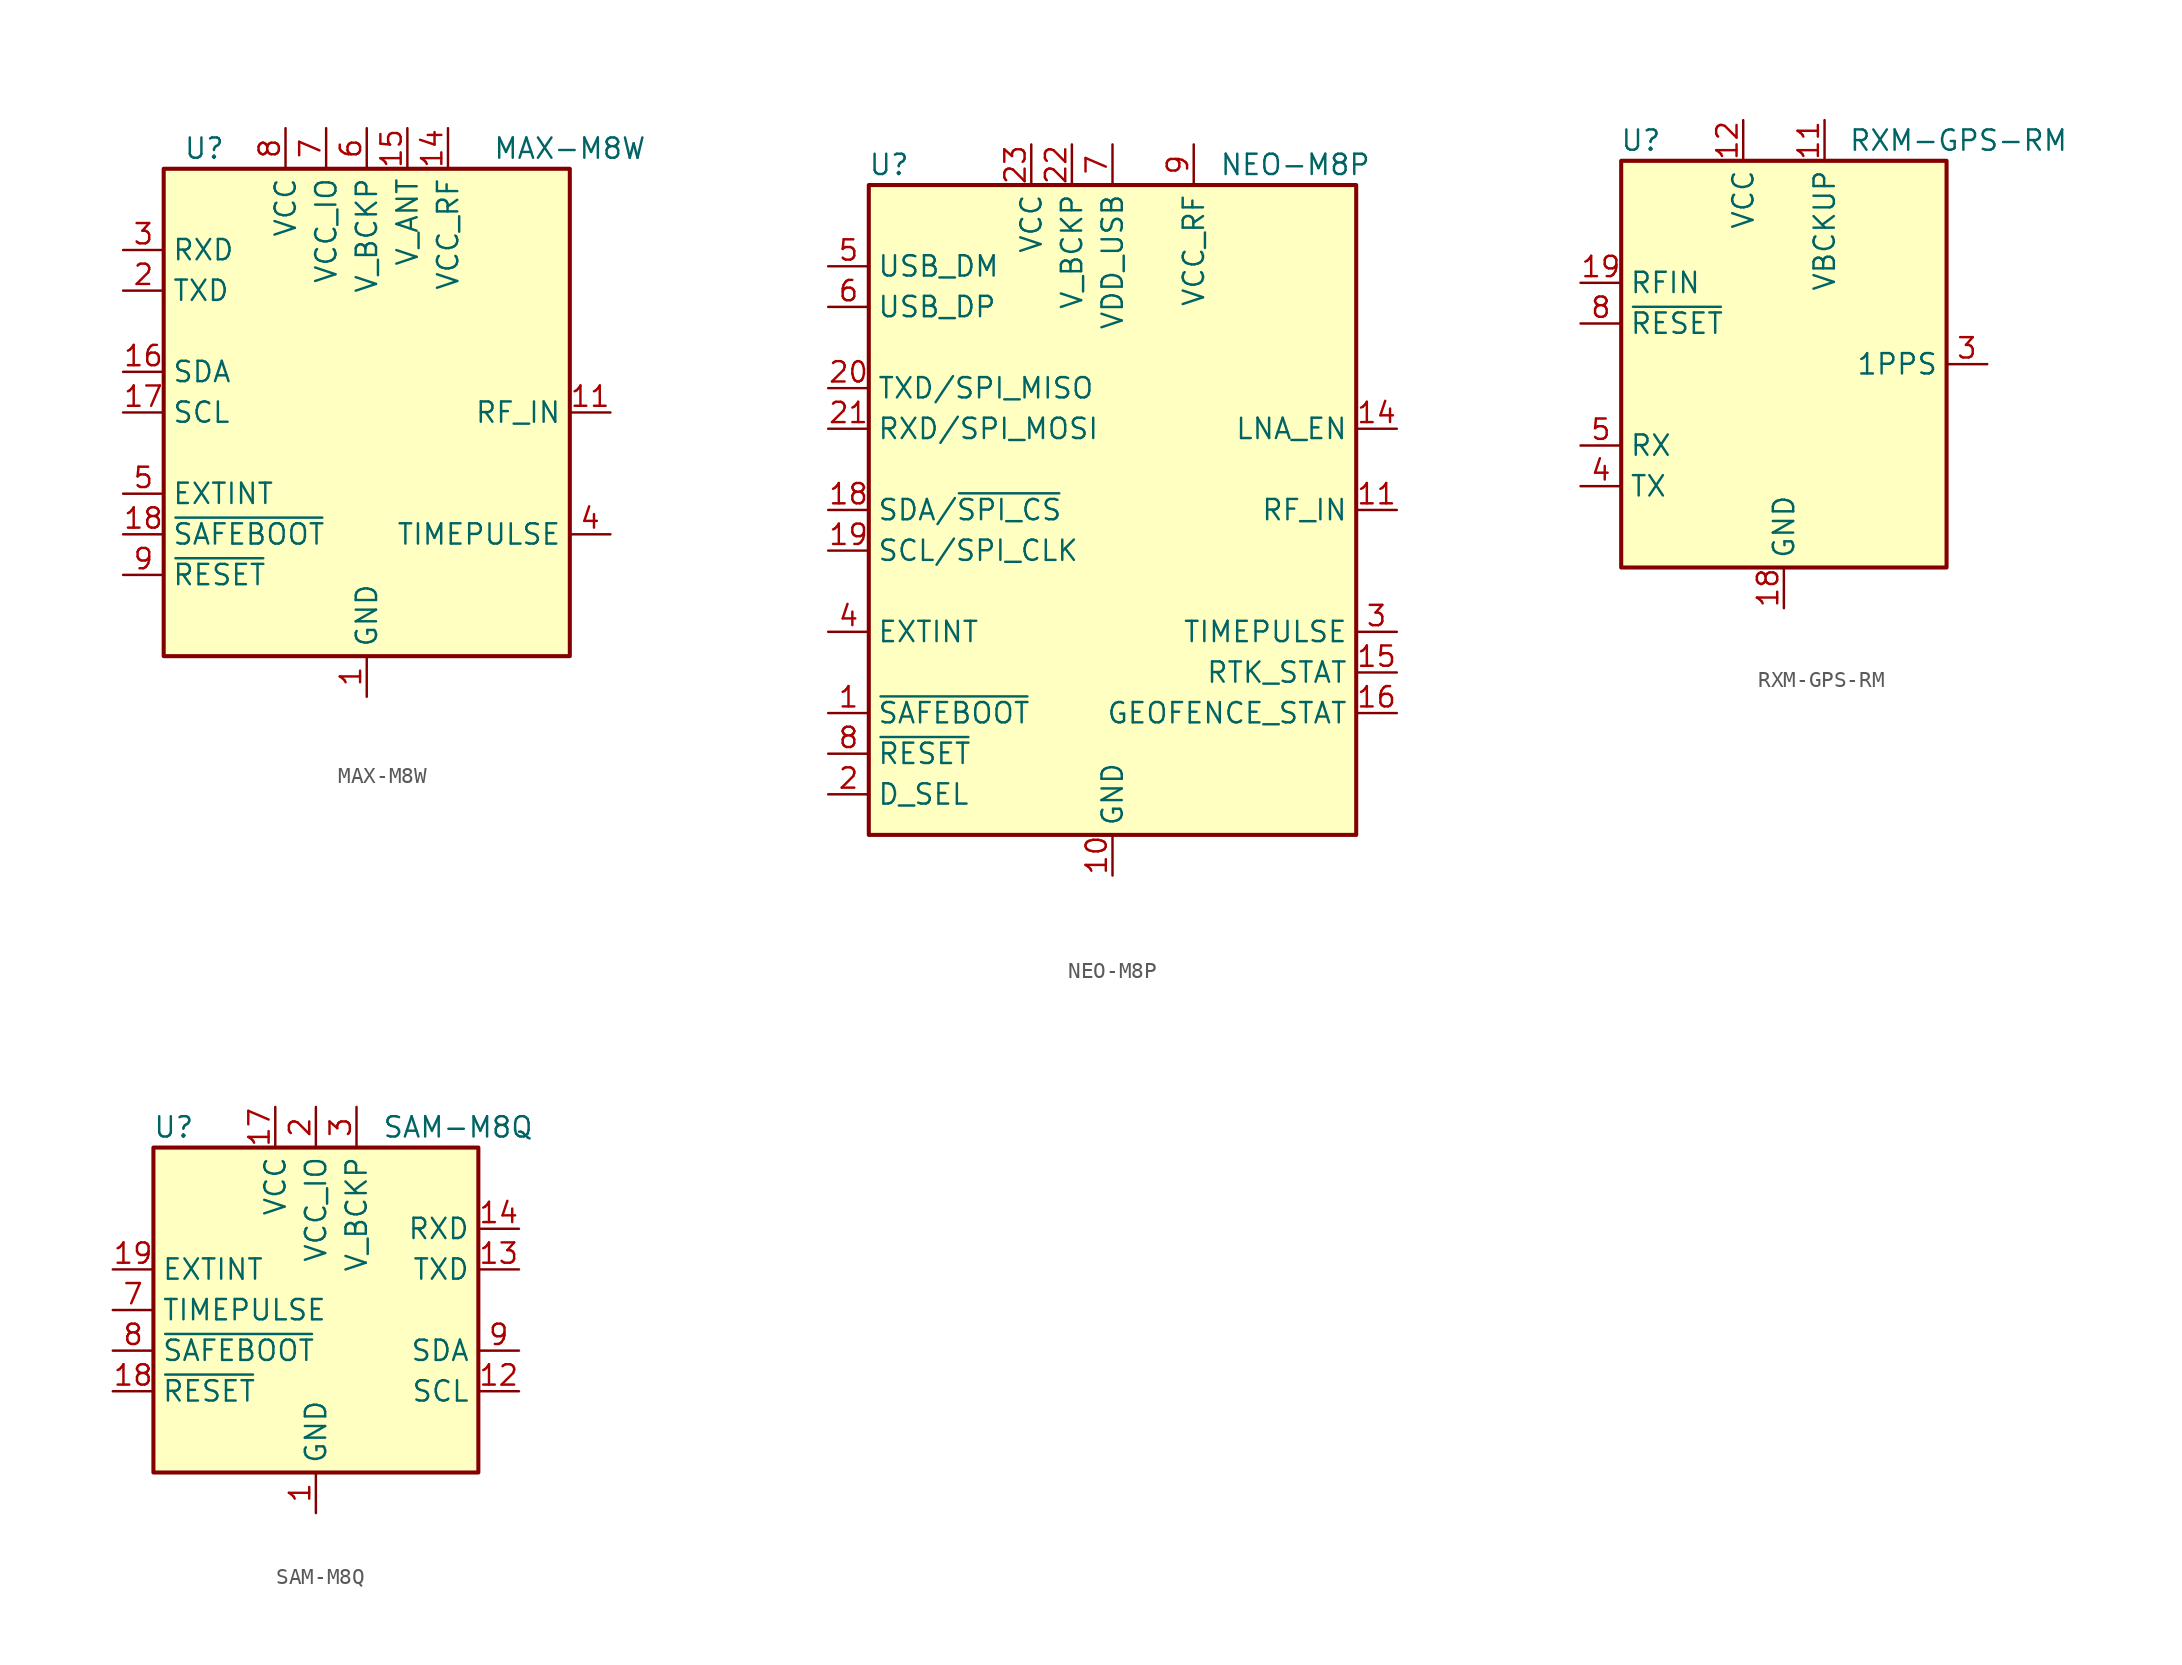
<source format=kicad_sym>
(kicad_symbol_lib
  (version 20231120)
  (generator "kicad_symbol_editor")
  (generator_version "8.0")
  (symbol "MAX-M8W"
    (property "Reference" "U"
      (at -10.16 16.51 0)
      (effects (font (size 1.27 1.27))))
    (property "Value" "MAX-M8W"
      (at 12.7 16.51 0)
      (effects (font (size 1.27 1.27))))
    (symbol "MAX-M8W_0_1"
      (rectangle (start 12.7 15.24) (end -12.7 -15.24) (stroke (width 0.254) (type default)) (fill (type background))))
    (symbol "MAX-M8W_1_1"
      (pin power_in line (at 0 -17.78 90) (length 2.54) (name "GND" (effects (font (size 1.27 1.27)))) (number "1" (effects (font (size 1.27 1.27)))))
      (pin passive line (at 0 -17.78 90) (length 2.54) hide (name "GND" (effects (font (size 1.27 1.27)))) (number "10" (effects (font (size 1.27 1.27)))))
      (pin input line (at 15.24 0 180) (length 2.54) (name "RF_IN" (effects (font (size 1.27 1.27)))) (number "11" (effects (font (size 1.27 1.27)))))
      (pin passive line (at 0 -17.78 90) (length 2.54) hide (name "GND" (effects (font (size 1.27 1.27)))) (number "12" (effects (font (size 1.27 1.27)))))
      (pin no_connect line (at 12.7 -5.08 180) (length 2.54) hide (name "Reserved" (effects (font (size 1.27 1.27)))) (number "13" (effects (font (size 1.27 1.27)))))
      (pin power_out line (at 5.08 17.78 270) (length 2.54) (name "VCC_RF" (effects (font (size 1.27 1.27)))) (number "14" (effects (font (size 1.27 1.27)))))
      (pin power_in line (at 2.54 17.78 270) (length 2.54) (name "V_ANT" (effects (font (size 1.27 1.27)))) (number "15" (effects (font (size 1.27 1.27)))))
      (pin bidirectional line (at -15.24 2.54 0) (length 2.54) (name "SDA" (effects (font (size 1.27 1.27)))) (number "16" (effects (font (size 1.27 1.27)))))
      (pin input line (at -15.24 0 0) (length 2.54) (name "SCL" (effects (font (size 1.27 1.27)))) (number "17" (effects (font (size 1.27 1.27)))))
      (pin input line (at -15.24 -7.62 0) (length 2.54) (name "~{SAFEBOOT}" (effects (font (size 1.27 1.27)))) (number "18" (effects (font (size 1.27 1.27)))))
      (pin output line (at -15.24 7.62 0) (length 2.54) (name "TXD" (effects (font (size 1.27 1.27)))) (number "2" (effects (font (size 1.27 1.27)))))
      (pin input line (at -15.24 10.16 0) (length 2.54) (name "RXD" (effects (font (size 1.27 1.27)))) (number "3" (effects (font (size 1.27 1.27)))))
      (pin output line (at 15.24 -7.62 180) (length 2.54) (name "TIMEPULSE" (effects (font (size 1.27 1.27)))) (number "4" (effects (font (size 1.27 1.27)))))
      (pin input line (at -15.24 -5.08 0) (length 2.54) (name "EXTINT" (effects (font (size 1.27 1.27)))) (number "5" (effects (font (size 1.27 1.27)))))
      (pin power_in line (at 0 17.78 270) (length 2.54) (name "V_BCKP" (effects (font (size 1.27 1.27)))) (number "6" (effects (font (size 1.27 1.27)))))
      (pin power_in line (at -2.54 17.78 270) (length 2.54) (name "VCC_IO" (effects (font (size 1.27 1.27)))) (number "7" (effects (font (size 1.27 1.27)))))
      (pin power_in line (at -5.08 17.78 270) (length 2.54) (name "VCC" (effects (font (size 1.27 1.27)))) (number "8" (effects (font (size 1.27 1.27)))))
      (pin input line (at -15.24 -10.16 0) (length 2.54) (name "~{RESET}" (effects (font (size 1.27 1.27)))) (number "9" (effects (font (size 1.27 1.27)))))))
  (symbol "NEO-M8P"
    (property "Reference" "U"
      (at -13.97 21.59 0)
      (effects (font (size 1.27 1.27))))
    (property "Value" "NEO-M8P"
      (at 11.43 21.59 0)
      (effects (font (size 1.27 1.27))))
    (symbol "NEO-M8P_0_1"
      (rectangle (start -15.24 20.32) (end 15.24 -20.32) (stroke (width 0.254) (type default)) (fill (type background))))
    (symbol "NEO-M8P_1_1"
      (pin input line (at -17.78 -12.7 0) (length 2.54) (name "~{SAFEBOOT}" (effects (font (size 1.27 1.27)))) (number "1" (effects (font (size 1.27 1.27)))))
      (pin power_in line (at 0 -22.86 90) (length 2.54) (name "GND" (effects (font (size 1.27 1.27)))) (number "10" (effects (font (size 1.27 1.27)))))
      (pin input line (at 17.78 0 180) (length 2.54) (name "RF_IN" (effects (font (size 1.27 1.27)))) (number "11" (effects (font (size 1.27 1.27)))))
      (pin passive line (at 0 -22.86 90) (length 2.54) hide (name "GND" (effects (font (size 1.27 1.27)))) (number "12" (effects (font (size 1.27 1.27)))))
      (pin passive line (at 0 -22.86 90) (length 2.54) hide (name "GND" (effects (font (size 1.27 1.27)))) (number "13" (effects (font (size 1.27 1.27)))))
      (pin output line (at 17.78 5.08 180) (length 2.54) (name "LNA_EN" (effects (font (size 1.27 1.27)))) (number "14" (effects (font (size 1.27 1.27)))))
      (pin output line (at 17.78 -10.16 180) (length 2.54) (name "RTK_STAT" (effects (font (size 1.27 1.27)))) (number "15" (effects (font (size 1.27 1.27)))))
      (pin output line (at 17.78 -12.7 180) (length 2.54) (name "GEOFENCE_STAT" (effects (font (size 1.27 1.27)))) (number "16" (effects (font (size 1.27 1.27)))))
      (pin no_connect line (at 15.24 -17.78 180) (length 2.54) hide (name "RESERVED" (effects (font (size 1.27 1.27)))) (number "17" (effects (font (size 1.27 1.27)))))
      (pin bidirectional line (at -17.78 0 0) (length 2.54) (name "SDA/~{SPI_CS}" (effects (font (size 1.27 1.27)))) (number "18" (effects (font (size 1.27 1.27)))))
      (pin input line (at -17.78 -2.54 0) (length 2.54) (name "SCL/SPI_CLK" (effects (font (size 1.27 1.27)))) (number "19" (effects (font (size 1.27 1.27)))))
      (pin input line (at -17.78 -17.78 0) (length 2.54) (name "D_SEL" (effects (font (size 1.27 1.27)))) (number "2" (effects (font (size 1.27 1.27)))))
      (pin output line (at -17.78 7.62 0) (length 2.54) (name "TXD/SPI_MISO" (effects (font (size 1.27 1.27)))) (number "20" (effects (font (size 1.27 1.27)))))
      (pin input line (at -17.78 5.08 0) (length 2.54) (name "RXD/SPI_MOSI" (effects (font (size 1.27 1.27)))) (number "21" (effects (font (size 1.27 1.27)))))
      (pin power_in line (at -2.54 22.86 270) (length 2.54) (name "V_BCKP" (effects (font (size 1.27 1.27)))) (number "22" (effects (font (size 1.27 1.27)))))
      (pin power_in line (at -5.08 22.86 270) (length 2.54) (name "VCC" (effects (font (size 1.27 1.27)))) (number "23" (effects (font (size 1.27 1.27)))))
      (pin passive line (at 0 -22.86 90) (length 2.54) hide (name "GND" (effects (font (size 1.27 1.27)))) (number "24" (effects (font (size 1.27 1.27)))))
      (pin output line (at 17.78 -7.62 180) (length 2.54) (name "TIMEPULSE" (effects (font (size 1.27 1.27)))) (number "3" (effects (font (size 1.27 1.27)))))
      (pin input line (at -17.78 -7.62 0) (length 2.54) (name "EXTINT" (effects (font (size 1.27 1.27)))) (number "4" (effects (font (size 1.27 1.27)))))
      (pin bidirectional line (at -17.78 15.24 0) (length 2.54) (name "USB_DM" (effects (font (size 1.27 1.27)))) (number "5" (effects (font (size 1.27 1.27)))))
      (pin bidirectional line (at -17.78 12.7 0) (length 2.54) (name "USB_DP" (effects (font (size 1.27 1.27)))) (number "6" (effects (font (size 1.27 1.27)))))
      (pin power_in line (at 0 22.86 270) (length 2.54) (name "VDD_USB" (effects (font (size 1.27 1.27)))) (number "7" (effects (font (size 1.27 1.27)))))
      (pin input line (at -17.78 -15.24 0) (length 2.54) (name "~{RESET}" (effects (font (size 1.27 1.27)))) (number "8" (effects (font (size 1.27 1.27)))))
      (pin power_out line (at 5.08 22.86 270) (length 2.54) (name "VCC_RF" (effects (font (size 1.27 1.27)))) (number "9" (effects (font (size 1.27 1.27)))))))
  (symbol "RXM-GPS-RM"
    (property "Reference" "U"
      (at -7.62 13.97 0)
      (effects (font (size 1.27 1.27)) (justify right)))
    (property "Value" "RXM-GPS-RM"
      (at 17.78 13.97 0)
      (effects (font (size 1.27 1.27)) (justify right)))
    (symbol "RXM-GPS-RM_0_1"
      (rectangle (start 10.16 -12.7) (end -10.16 12.7) (stroke (width 0.254) (type default)) (fill (type background))))
    (symbol "RXM-GPS-RM_1_1"
      (pin no_connect line (at -10.16 10.16 0) (length 2.54) hide (name "NC" (effects (font (size 1.27 1.27)))) (number "1" (effects (font (size 1.27 1.27)))))
      (pin no_connect line (at 10.16 10.16 180) (length 2.54) hide (name "NC" (effects (font (size 1.27 1.27)))) (number "10" (effects (font (size 1.27 1.27)))))
      (pin power_in line (at 2.54 15.24 270) (length 2.54) (name "VBCKUP" (effects (font (size 1.27 1.27)))) (number "11" (effects (font (size 1.27 1.27)))))
      (pin power_in line (at -2.54 15.24 270) (length 2.54) (name "VCC" (effects (font (size 1.27 1.27)))) (number "12" (effects (font (size 1.27 1.27)))))
      (pin no_connect line (at 10.16 7.62 180) (length 2.54) hide (name "NC" (effects (font (size 1.27 1.27)))) (number "13" (effects (font (size 1.27 1.27)))))
      (pin no_connect line (at 10.16 5.08 180) (length 2.54) hide (name "NC" (effects (font (size 1.27 1.27)))) (number "14" (effects (font (size 1.27 1.27)))))
      (pin no_connect line (at 10.16 2.54 180) (length 2.54) hide (name "NC" (effects (font (size 1.27 1.27)))) (number "15" (effects (font (size 1.27 1.27)))))
      (pin no_connect line (at 10.16 -2.54 180) (length 2.54) hide (name "NC" (effects (font (size 1.27 1.27)))) (number "16" (effects (font (size 1.27 1.27)))))
      (pin power_in line (at 0 -15.24 90) (length 2.54) (name "GND" (effects (font (size 1.27 1.27)))) (number "18" (effects (font (size 1.27 1.27)))))
      (pin input line (at -12.7 5.08 0) (length 2.54) (name "RFIN" (effects (font (size 1.27 1.27)))) (number "19" (effects (font (size 1.27 1.27)))))
      (pin no_connect line (at -10.16 7.62 0) (length 2.54) hide (name "NC" (effects (font (size 1.27 1.27)))) (number "2" (effects (font (size 1.27 1.27)))))
      (pin passive line (at 0 -15.24 90) (length 2.54) hide (name "GND" (effects (font (size 1.27 1.27)))) (number "20" (effects (font (size 1.27 1.27)))))
      (pin passive line (at 0 -15.24 90) (length 2.54) hide (name "GND" (effects (font (size 1.27 1.27)))) (number "21" (effects (font (size 1.27 1.27)))))
      (pin passive line (at 0 -15.24 90) (length 2.54) hide (name "GND" (effects (font (size 1.27 1.27)))) (number "22" (effects (font (size 1.27 1.27)))))
      (pin output line (at 12.7 0 180) (length 2.54) (name "1PPS" (effects (font (size 1.27 1.27)))) (number "3" (effects (font (size 1.27 1.27)))))
      (pin output line (at -12.7 -7.62 0) (length 2.54) (name "TX" (effects (font (size 1.27 1.27)))) (number "4" (effects (font (size 1.27 1.27)))))
      (pin input line (at -12.7 -5.08 0) (length 2.54) (name "RX" (effects (font (size 1.27 1.27)))) (number "5" (effects (font (size 1.27 1.27)))))
      (pin no_connect line (at -10.16 0 0) (length 2.54) hide (name "NC" (effects (font (size 1.27 1.27)))) (number "6" (effects (font (size 1.27 1.27)))))
      (pin no_connect line (at -10.16 -2.54 0) (length 2.54) hide (name "NC" (effects (font (size 1.27 1.27)))) (number "7" (effects (font (size 1.27 1.27)))))
      (pin input line (at -12.7 2.54 0) (length 2.54) (name "~{RESET}" (effects (font (size 1.27 1.27)))) (number "8" (effects (font (size 1.27 1.27)))))
      (pin no_connect line (at -10.16 -10.16 0) (length 2.54) hide (name "NC" (effects (font (size 1.27 1.27)))) (number "9" (effects (font (size 1.27 1.27)))))))
  (symbol "SAM-M8Q"
    (property "Reference" "U"
      (at -8.89 11.43 0)
      (effects (font (size 1.27 1.27))))
    (property "Value" "SAM-M8Q"
      (at 8.89 11.43 0)
      (effects (font (size 1.27 1.27))))
    (symbol "SAM-M8Q_0_1"
      (rectangle (start -10.16 10.16) (end 10.16 -10.16) (stroke (width 0.254) (type default)) (fill (type background))))
    (symbol "SAM-M8Q_1_1"
      (pin power_in line (at 0 -12.7 90) (length 2.54) (name "GND" (effects (font (size 1.27 1.27)))) (number "1" (effects (font (size 1.27 1.27)))))
      (pin passive line (at 0 -12.7 90) (length 2.54) hide (name "GND" (effects (font (size 1.27 1.27)))) (number "10" (effects (font (size 1.27 1.27)))))
      (pin passive line (at 0 -12.7 90) (length 2.54) hide (name "GND" (effects (font (size 1.27 1.27)))) (number "11" (effects (font (size 1.27 1.27)))))
      (pin input line (at 12.7 -5.08 180) (length 2.54) (name "SCL" (effects (font (size 1.27 1.27)))) (number "12" (effects (font (size 1.27 1.27)))))
      (pin output line (at 12.7 2.54 180) (length 2.54) (name "TXD" (effects (font (size 1.27 1.27)))) (number "13" (effects (font (size 1.27 1.27)))))
      (pin input line (at 12.7 5.08 180) (length 2.54) (name "RXD" (effects (font (size 1.27 1.27)))) (number "14" (effects (font (size 1.27 1.27)))))
      (pin passive line (at 0 -12.7 90) (length 2.54) hide (name "GND" (effects (font (size 1.27 1.27)))) (number "15" (effects (font (size 1.27 1.27)))))
      (pin passive line (at 0 -12.7 90) (length 2.54) hide (name "GND" (effects (font (size 1.27 1.27)))) (number "16" (effects (font (size 1.27 1.27)))))
      (pin power_in line (at -2.54 12.7 270) (length 2.54) (name "VCC" (effects (font (size 1.27 1.27)))) (number "17" (effects (font (size 1.27 1.27)))))
      (pin input line (at -12.7 -5.08 0) (length 2.54) (name "~{RESET}" (effects (font (size 1.27 1.27)))) (number "18" (effects (font (size 1.27 1.27)))))
      (pin input line (at -12.7 2.54 0) (length 2.54) (name "EXTINT" (effects (font (size 1.27 1.27)))) (number "19" (effects (font (size 1.27 1.27)))))
      (pin power_in line (at 0 12.7 270) (length 2.54) (name "VCC_IO" (effects (font (size 1.27 1.27)))) (number "2" (effects (font (size 1.27 1.27)))))
      (pin passive line (at 0 -12.7 90) (length 2.54) hide (name "GND" (effects (font (size 1.27 1.27)))) (number "20" (effects (font (size 1.27 1.27)))))
      (pin power_in line (at 2.54 12.7 270) (length 2.54) (name "V_BCKP" (effects (font (size 1.27 1.27)))) (number "3" (effects (font (size 1.27 1.27)))))
      (pin passive line (at 0 -12.7 90) (length 2.54) hide (name "GND" (effects (font (size 1.27 1.27)))) (number "4" (effects (font (size 1.27 1.27)))))
      (pin passive line (at 0 -12.7 90) (length 2.54) hide (name "GND" (effects (font (size 1.27 1.27)))) (number "5" (effects (font (size 1.27 1.27)))))
      (pin passive line (at 0 -12.7 90) (length 2.54) hide (name "GND" (effects (font (size 1.27 1.27)))) (number "6" (effects (font (size 1.27 1.27)))))
      (pin output line (at -12.7 0 0) (length 2.54) (name "TIMEPULSE" (effects (font (size 1.27 1.27)))) (number "7" (effects (font (size 1.27 1.27)))))
      (pin input line (at -12.7 -2.54 0) (length 2.54) (name "~{SAFEBOOT}" (effects (font (size 1.27 1.27)))) (number "8" (effects (font (size 1.27 1.27)))))
      (pin bidirectional line (at 12.7 -2.54 180) (length 2.54) (name "SDA" (effects (font (size 1.27 1.27)))) (number "9" (effects (font (size 1.27 1.27))))))))
</source>
